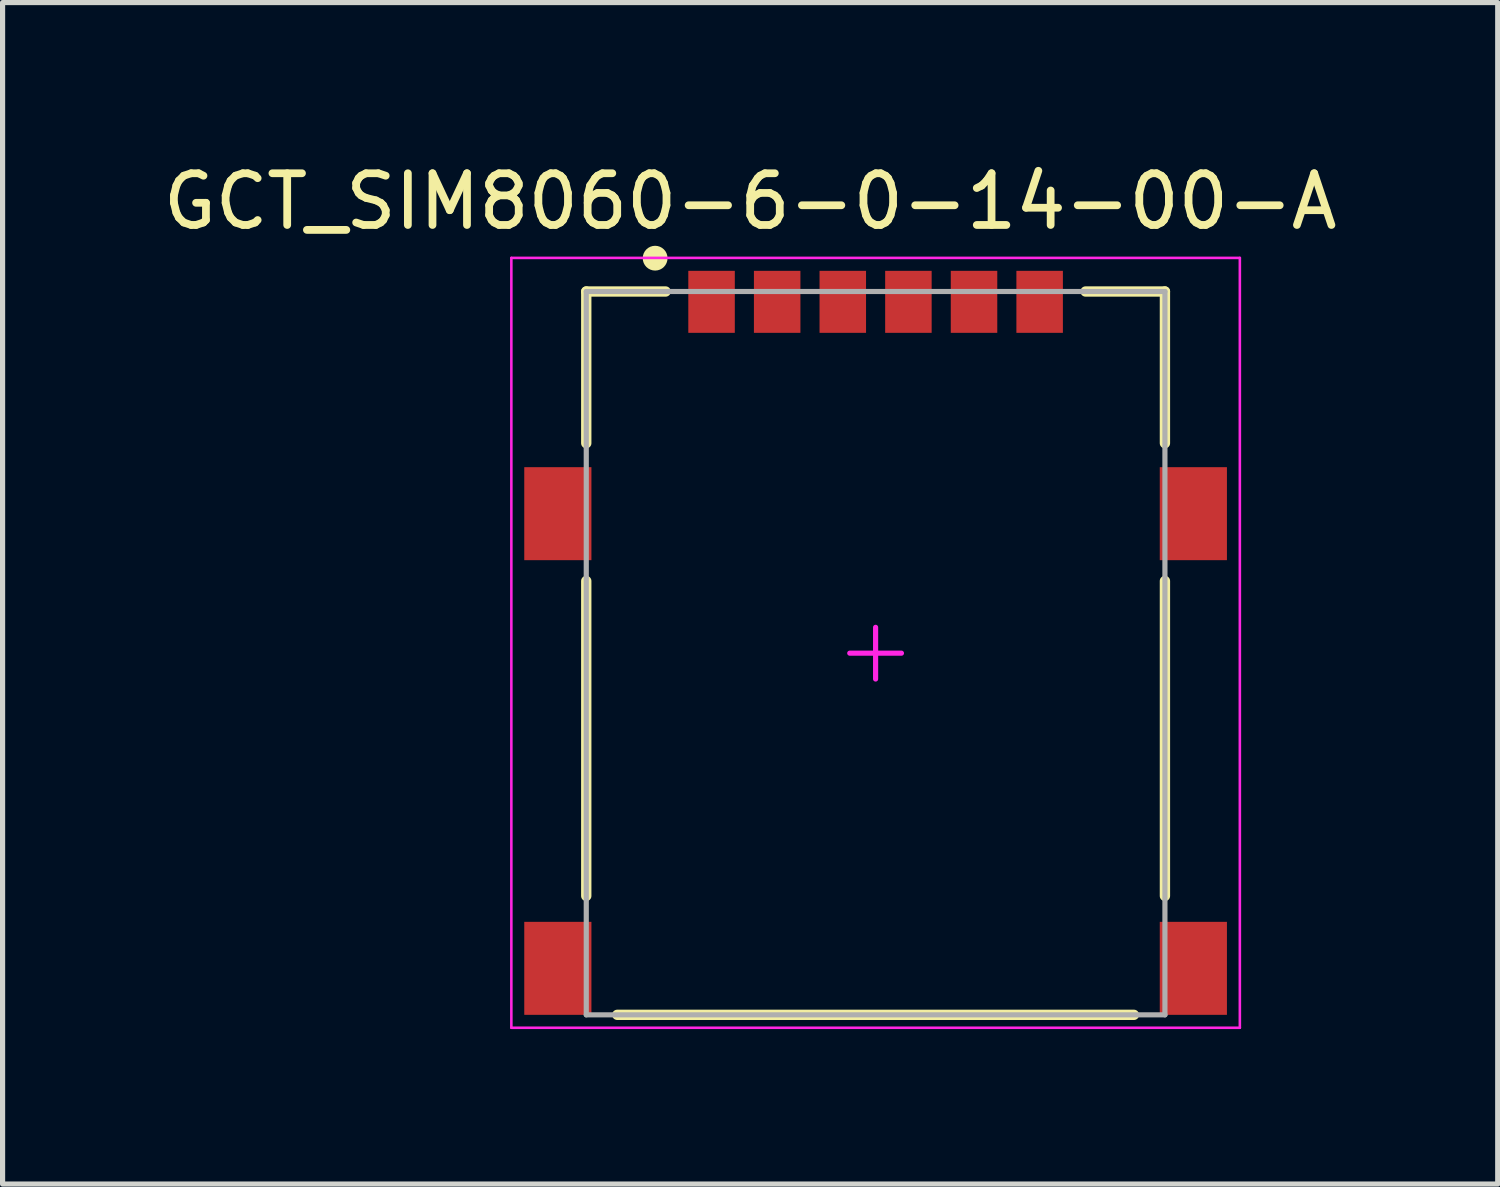
<source format=kicad_pcb>
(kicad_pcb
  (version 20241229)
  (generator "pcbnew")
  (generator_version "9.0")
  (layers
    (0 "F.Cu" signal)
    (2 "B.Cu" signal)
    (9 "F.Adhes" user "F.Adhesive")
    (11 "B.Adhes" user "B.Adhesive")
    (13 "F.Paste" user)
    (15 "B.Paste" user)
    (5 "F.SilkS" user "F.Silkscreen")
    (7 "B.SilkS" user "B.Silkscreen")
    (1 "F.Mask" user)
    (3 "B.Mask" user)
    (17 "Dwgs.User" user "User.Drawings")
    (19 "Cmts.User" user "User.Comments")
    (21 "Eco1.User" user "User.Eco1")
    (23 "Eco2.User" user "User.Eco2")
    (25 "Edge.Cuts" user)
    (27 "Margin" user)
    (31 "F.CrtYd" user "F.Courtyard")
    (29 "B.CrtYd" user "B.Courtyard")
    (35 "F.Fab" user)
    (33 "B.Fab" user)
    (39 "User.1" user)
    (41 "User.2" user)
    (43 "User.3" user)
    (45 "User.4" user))
  (footprint "GCT_SIM8060-6-0-14-00-A"
    (layer "F.Cu")
    (at 13.897 9.592)
    (property "Reference" "GCT_SIM8060-6-0-14-00-A" (at -2.427 -8.743 0) (layer "F.SilkS") (effects (font (size 1.001 1.001) (thickness 0.15))))
    (attr smd)
    (fp_line (start -5.6 -7) (end -4.064 -7) (stroke (width 0.2) (type solid)) (layer "F.SilkS"))
    (fp_line (start -5.6 -4.064) (end -5.6 -7) (stroke (width 0.2) (type solid)) (layer "F.SilkS"))
    (fp_line (start -5.6 -1.397) (end -5.6 4.699) (stroke (width 0.2) (type solid)) (layer "F.SilkS"))
    (fp_line (start -5 7) (end 5 7) (stroke (width 0.2) (type solid)) (layer "F.SilkS"))
    (fp_line (start 4.064 -7) (end 5.6 -7) (stroke (width 0.2) (type solid)) (layer "F.SilkS"))
    (fp_line (start 5.6 -7) (end 5.6 -4.064) (stroke (width 0.2) (type solid)) (layer "F.SilkS"))
    (fp_line (start 5.6 4.699) (end 5.6 -1.397) (stroke (width 0.2) (type solid)) (layer "F.SilkS"))
    (fp_circle (center -4.267 -7.645) (end -4.147 -7.645) (stroke (width 0.24) (type solid)) (fill no) (layer "F.SilkS"))
    (fp_line (start -7.05 -7.65) (end 7.05 -7.65) (stroke (width 0.05) (type solid)) (layer "F.CrtYd"))
    (fp_line (start -7.05 7.25) (end -7.05 -7.65) (stroke (width 0.05) (type solid)) (layer "F.CrtYd"))
    (fp_line (start -0.5 0) (end 0.5 0) (stroke (width 0.1) (type solid)) (layer "F.CrtYd"))
    (fp_line (start 0 -0.5) (end 0 0.5) (stroke (width 0.1) (type solid)) (layer "F.CrtYd"))
    (fp_line (start 7.05 -7.65) (end 7.05 7.25) (stroke (width 0.05) (type solid)) (layer "F.CrtYd"))
    (fp_line (start 7.05 7.25) (end -7.05 7.25) (stroke (width 0.05) (type solid)) (layer "F.CrtYd"))
    (fp_line (start -5.6 -7) (end 5.6 -7) (stroke (width 0.1) (type solid)) (layer "F.Fab"))
    (fp_line (start -5.6 7) (end -5.6 -7) (stroke (width 0.1) (type solid)) (layer "F.Fab"))
    (fp_line (start 5.6 -7) (end 5.6 7) (stroke (width 0.1) (type solid)) (layer "F.Fab"))
    (fp_line (start 5.6 7) (end -5.6 7) (stroke (width 0.1) (type solid)) (layer "F.Fab"))
    (pad "C1" smd rect (at -3.175 -6.8) (size 0.9 1.2) (layers "F.Cu" "F.Mask" "F.Paste"))
    (pad "C2" smd rect (at -0.635 -6.8) (size 0.9 1.2) (layers "F.Cu" "F.Mask" "F.Paste"))
    (pad "C3" smd rect (at 1.905 -6.8) (size 0.9 1.2) (layers "F.Cu" "F.Mask" "F.Paste"))
    (pad "C5" smd rect (at -1.905 -6.8) (size 0.9 1.2) (layers "F.Cu" "F.Mask" "F.Paste"))
    (pad "C6" smd rect (at 0.635 -6.8) (size 0.9 1.2) (layers "F.Cu" "F.Mask" "F.Paste"))
    (pad "C7" smd rect (at 3.175 -6.8) (size 0.9 1.2) (layers "F.Cu" "F.Mask" "F.Paste"))
    (pad "S1" smd rect (at -6.15 -2.7) (size 1.3 1.8) (layers "F.Cu" "F.Mask" "F.Paste"))
    (pad "S2" smd rect (at 6.15 -2.7) (size 1.3 1.8) (layers "F.Cu" "F.Mask" "F.Paste"))
    (pad "S3" smd rect (at 6.15 6.1) (size 1.3 1.8) (layers "F.Cu" "F.Mask" "F.Paste"))
    (pad "S4" smd rect (at -6.15 6.1) (size 1.3 1.8) (layers "F.Cu" "F.Mask" "F.Paste"))
    (zone (net_name "") (layer "F.Cu") (hatch full 0.508) (connect_pads) (min_thickness 0.01) (filled_areas_thickness no) (keepout (tracks not_allowed) (vias not_allowed) (pads not_allowed) (copperpour not_allowed) (footprints allowed)) (placement (enabled no)) (fill) (polygon (pts (xy 9.967 12.192) (xy 12.407 12.192) (xy 12.407 15.892) (xy 9.967 15.892))))
    (zone (net_name "") (layer "F.Cu") (hatch full 0.508) (connect_pads) (min_thickness 0.01) (filled_areas_thickness no) (keepout (tracks not_allowed) (vias not_allowed) (pads not_allowed) (copperpour not_allowed) (footprints allowed)) (placement (enabled no)) (fill) (polygon (pts (xy 10.537 5.172) (xy 11.837 5.172) (xy 11.837 8.872) (xy 10.537 8.872))))
    (zone (net_name "") (layer "F.Cu") (hatch full 0.508) (connect_pads) (min_thickness 0.01) (filled_areas_thickness no) (keepout (tracks not_allowed) (vias not_allowed) (pads not_allowed) (copperpour not_allowed) (footprints allowed)) (placement (enabled no)) (fill) (polygon (pts (xy 13.247 5.172) (xy 14.547 5.172) (xy 14.547 8.872) (xy 13.247 8.872))))
    (zone (net_name "") (layer "F.Cu") (hatch full 0.508) (connect_pads) (min_thickness 0.01) (filled_areas_thickness no) (keepout (tracks not_allowed) (vias not_allowed) (pads not_allowed) (copperpour not_allowed) (footprints allowed)) (placement (enabled no)) (fill) (polygon (pts (xy 13.247 12.192) (xy 14.547 12.192) (xy 14.547 15.892) (xy 13.247 15.892))))
    (zone (net_name "") (layer "F.Cu") (hatch full 0.508) (connect_pads) (min_thickness 0.01) (filled_areas_thickness no) (keepout (tracks not_allowed) (vias not_allowed) (pads not_allowed) (copperpour not_allowed) (footprints allowed)) (placement (enabled no)) (fill) (polygon (pts (xy 15.787 5.172) (xy 17.087 5.172) (xy 17.087 8.872) (xy 15.787 8.872))))
    (zone (net_name "") (layer "F.Cu") (hatch full 0.508) (connect_pads) (min_thickness 0.01) (filled_areas_thickness no) (keepout (tracks not_allowed) (vias not_allowed) (pads not_allowed) (copperpour not_allowed) (footprints allowed)) (placement (enabled no)) (fill) (polygon (pts (xy 15.787 12.192) (xy 17.087 12.192) (xy 17.087 15.892) (xy 15.787 15.892))))
    (zone (net_name "") (layers "F.Cu" "B.Cu") (hatch full 0.508) (connect_pads) (min_thickness 0.01) (filled_areas_thickness no) (keepout (tracks allowed) (vias not_allowed) (pads allowed) (copperpour allowed) (footprints allowed)) (placement (enabled no)) (fill) (polygon (pts (xy 9.967 12.192) (xy 12.407 12.192) (xy 12.407 15.892) (xy 9.967 15.892))))
    (zone (net_name "") (layers "F.Cu" "B.Cu") (hatch full 0.508) (connect_pads) (min_thickness 0.01) (filled_areas_thickness no) (keepout (tracks allowed) (vias not_allowed) (pads allowed) (copperpour allowed) (footprints allowed)) (placement (enabled no)) (fill) (polygon (pts (xy 10.537 5.172) (xy 11.837 5.172) (xy 11.837 8.872) (xy 10.537 8.872))))
    (zone (net_name "") (layers "F.Cu" "B.Cu") (hatch full 0.508) (connect_pads) (min_thickness 0.01) (filled_areas_thickness no) (keepout (tracks allowed) (vias not_allowed) (pads allowed) (copperpour allowed) (footprints allowed)) (placement (enabled no)) (fill) (polygon (pts (xy 13.247 5.172) (xy 14.547 5.172) (xy 14.547 8.872) (xy 13.247 8.872))))
    (zone (net_name "") (layers "F.Cu" "B.Cu") (hatch full 0.508) (connect_pads) (min_thickness 0.01) (filled_areas_thickness no) (keepout (tracks allowed) (vias not_allowed) (pads allowed) (copperpour allowed) (footprints allowed)) (placement (enabled no)) (fill) (polygon (pts (xy 13.247 12.192) (xy 14.547 12.192) (xy 14.547 15.892) (xy 13.247 15.892))))
    (zone (net_name "") (layers "F.Cu" "B.Cu") (hatch full 0.508) (connect_pads) (min_thickness 0.01) (filled_areas_thickness no) (keepout (tracks allowed) (vias not_allowed) (pads allowed) (copperpour allowed) (footprints allowed)) (placement (enabled no)) (fill) (polygon (pts (xy 15.787 5.172) (xy 17.087 5.172) (xy 17.087 8.872) (xy 15.787 8.872))))
    (zone (net_name "") (layers "F.Cu" "B.Cu") (hatch full 0.508) (connect_pads) (min_thickness 0.01) (filled_areas_thickness no) (keepout (tracks allowed) (vias not_allowed) (pads allowed) (copperpour allowed) (footprints allowed)) (placement (enabled no)) (fill) (polygon (pts (xy 15.787 12.192) (xy 17.087 12.192) (xy 17.087 15.892) (xy 15.787 15.892)))))
  (gr_rect
    (start -3 -3)
    (end 25.938 19.867)
    (stroke (width 0.1) (type default))
    (fill no)
    (layer "Edge.Cuts")))
</source>
